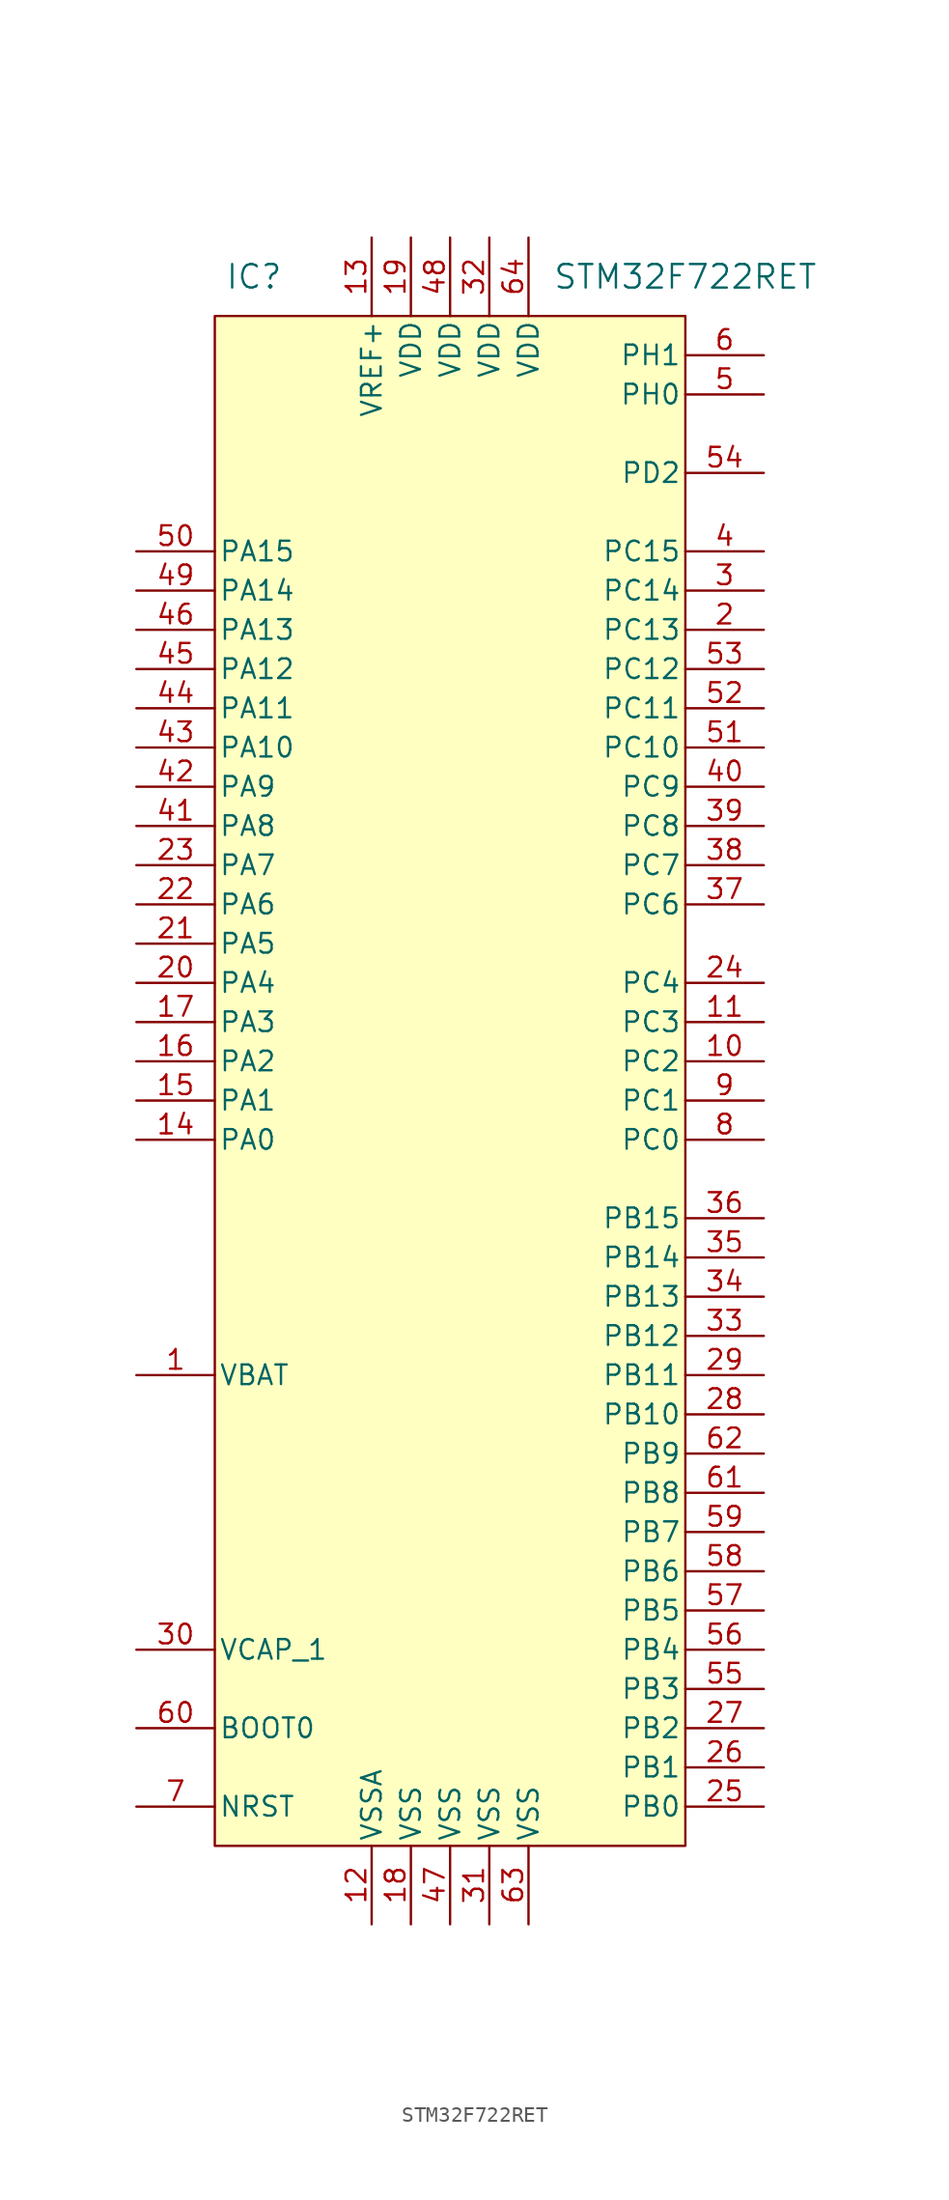
<source format=kicad_sym>
(kicad_symbol_lib
  (version 20220914)
  (generator kicad_symbol_editor)
  (symbol "STM32F722RET"
    (pin_names
      (offset 0.254))
    (property "Reference" "IC"
      (at -12.7 53.34 0)
      (effects (font (size 1.524 1.524))))
    (property "Value" "STM32F722RET"
      (at 15.24 53.34 0)
      (effects (font (size 1.524 1.524))))
    (property "Datasheet" ""
      (at 0 0 0)
      (effects (font (size 1.524 1.524))))
    (symbol "STM32F722RET_1_0"
      (pin power_in line (at -20.32 -17.78 0) (length 5.08) (name "VBAT" (effects (font (size 1.27 1.27)))) (number "1" (effects (font (size 1.27 1.27)))))
      (pin bidirectional line (at 20.32 2.54 180) (length 5.08) (name "PC2" (effects (font (size 1.27 1.27)))) (number "10" (effects (font (size 1.27 1.27)))))
      (pin bidirectional line (at 20.32 5.08 180) (length 5.08) (name "PC3" (effects (font (size 1.27 1.27)))) (number "11" (effects (font (size 1.27 1.27)))))
      (pin power_in line (at -5.08 -53.34 90) (length 5.08) (name "VSSA" (effects (font (size 1.27 1.27)))) (number "12" (effects (font (size 1.27 1.27)))))
      (pin power_in line (at -5.08 55.88 270) (length 5.08) (name "VREF+" (effects (font (size 1.27 1.27)))) (number "13" (effects (font (size 1.27 1.27)))))
      (pin bidirectional line (at -20.32 0 0) (length 5.08) (name "PA1" (effects (font (size 1.27 1.27)))) (number "15" (effects (font (size 1.27 1.27)))))
      (pin bidirectional line (at -20.32 2.54 0) (length 5.08) (name "PA2" (effects (font (size 1.27 1.27)))) (number "16" (effects (font (size 1.27 1.27)))))
      (pin bidirectional line (at -20.32 5.08 0) (length 5.08) (name "PA3" (effects (font (size 1.27 1.27)))) (number "17" (effects (font (size 1.27 1.27)))))
      (pin power_in line (at -2.54 -53.34 90) (length 5.08) (name "VSS" (effects (font (size 1.27 1.27)))) (number "18" (effects (font (size 1.27 1.27)))))
      (pin power_in line (at -2.54 55.88 270) (length 5.08) (name "VDD" (effects (font (size 1.27 1.27)))) (number "19" (effects (font (size 1.27 1.27)))))
      (pin bidirectional line (at 20.32 30.48 180) (length 5.08) (name "PC13" (effects (font (size 1.27 1.27)))) (number "2" (effects (font (size 1.27 1.27)))))
      (pin bidirectional line (at -20.32 7.62 0) (length 5.08) (name "PA4" (effects (font (size 1.27 1.27)))) (number "20" (effects (font (size 1.27 1.27)))))
      (pin bidirectional line (at -20.32 10.16 0) (length 5.08) (name "PA5" (effects (font (size 1.27 1.27)))) (number "21" (effects (font (size 1.27 1.27)))))
      (pin bidirectional line (at -20.32 12.7 0) (length 5.08) (name "PA6" (effects (font (size 1.27 1.27)))) (number "22" (effects (font (size 1.27 1.27)))))
      (pin bidirectional line (at -20.32 15.24 0) (length 5.08) (name "PA7" (effects (font (size 1.27 1.27)))) (number "23" (effects (font (size 1.27 1.27)))))
      (pin bidirectional line (at 20.32 7.62 180) (length 5.08) (name "PC4" (effects (font (size 1.27 1.27)))) (number "24" (effects (font (size 1.27 1.27)))))
      (pin bidirectional line (at 20.32 -45.72 180) (length 5.08) (name "PB0" (effects (font (size 1.27 1.27)))) (number "25" (effects (font (size 1.27 1.27)))))
      (pin bidirectional line (at 20.32 -43.18 180) (length 5.08) (name "PB1" (effects (font (size 1.27 1.27)))) (number "26" (effects (font (size 1.27 1.27)))))
      (pin bidirectional line (at 20.32 -40.64 180) (length 5.08) (name "PB2" (effects (font (size 1.27 1.27)))) (number "27" (effects (font (size 1.27 1.27)))))
      (pin bidirectional line (at 20.32 -20.32 180) (length 5.08) (name "PB10" (effects (font (size 1.27 1.27)))) (number "28" (effects (font (size 1.27 1.27)))))
      (pin bidirectional line (at 20.32 -17.78 180) (length 5.08) (name "PB11" (effects (font (size 1.27 1.27)))) (number "29" (effects (font (size 1.27 1.27)))))
      (pin bidirectional line (at 20.32 33.02 180) (length 5.08) (name "PC14" (effects (font (size 1.27 1.27)))) (number "3" (effects (font (size 1.27 1.27)))))
      (pin power_in line (at -20.32 -35.56 0) (length 5.08) (name "VCAP_1" (effects (font (size 1.27 1.27)))) (number "30" (effects (font (size 1.27 1.27)))))
      (pin power_in line (at 2.54 -53.34 90) (length 5.08) (name "VSS" (effects (font (size 1.27 1.27)))) (number "31" (effects (font (size 1.27 1.27)))))
      (pin power_in line (at 2.54 55.88 270) (length 5.08) (name "VDD" (effects (font (size 1.27 1.27)))) (number "32" (effects (font (size 1.27 1.27)))))
      (pin bidirectional line (at 20.32 -15.24 180) (length 5.08) (name "PB12" (effects (font (size 1.27 1.27)))) (number "33" (effects (font (size 1.27 1.27)))))
      (pin bidirectional line (at 20.32 -12.7 180) (length 5.08) (name "PB13" (effects (font (size 1.27 1.27)))) (number "34" (effects (font (size 1.27 1.27)))))
      (pin bidirectional line (at 20.32 -10.16 180) (length 5.08) (name "PB14" (effects (font (size 1.27 1.27)))) (number "35" (effects (font (size 1.27 1.27)))))
      (pin bidirectional line (at 20.32 -7.62 180) (length 5.08) (name "PB15" (effects (font (size 1.27 1.27)))) (number "36" (effects (font (size 1.27 1.27)))))
      (pin bidirectional line (at 20.32 12.7 180) (length 5.08) (name "PC6" (effects (font (size 1.27 1.27)))) (number "37" (effects (font (size 1.27 1.27)))))
      (pin bidirectional line (at 20.32 15.24 180) (length 5.08) (name "PC7" (effects (font (size 1.27 1.27)))) (number "38" (effects (font (size 1.27 1.27)))))
      (pin bidirectional line (at 20.32 17.78 180) (length 5.08) (name "PC8" (effects (font (size 1.27 1.27)))) (number "39" (effects (font (size 1.27 1.27)))))
      (pin bidirectional line (at 20.32 35.56 180) (length 5.08) (name "PC15" (effects (font (size 1.27 1.27)))) (number "4" (effects (font (size 1.27 1.27)))))
      (pin bidirectional line (at 20.32 20.32 180) (length 5.08) (name "PC9" (effects (font (size 1.27 1.27)))) (number "40" (effects (font (size 1.27 1.27)))))
      (pin bidirectional line (at -20.32 17.78 0) (length 5.08) (name "PA8" (effects (font (size 1.27 1.27)))) (number "41" (effects (font (size 1.27 1.27)))))
      (pin bidirectional line (at -20.32 20.32 0) (length 5.08) (name "PA9" (effects (font (size 1.27 1.27)))) (number "42" (effects (font (size 1.27 1.27)))))
      (pin bidirectional line (at -20.32 22.86 0) (length 5.08) (name "PA10" (effects (font (size 1.27 1.27)))) (number "43" (effects (font (size 1.27 1.27)))))
      (pin bidirectional line (at -20.32 25.4 0) (length 5.08) (name "PA11" (effects (font (size 1.27 1.27)))) (number "44" (effects (font (size 1.27 1.27)))))
      (pin bidirectional line (at -20.32 27.94 0) (length 5.08) (name "PA12" (effects (font (size 1.27 1.27)))) (number "45" (effects (font (size 1.27 1.27)))))
      (pin bidirectional line (at -20.32 30.48 0) (length 5.08) (name "PA13" (effects (font (size 1.27 1.27)))) (number "46" (effects (font (size 1.27 1.27)))))
      (pin power_in line (at 0 -53.34 90) (length 5.08) (name "VSS" (effects (font (size 1.27 1.27)))) (number "47" (effects (font (size 1.27 1.27)))))
      (pin power_in line (at 0 55.88 270) (length 5.08) (name "VDD" (effects (font (size 1.27 1.27)))) (number "48" (effects (font (size 1.27 1.27)))))
      (pin bidirectional line (at -20.32 33.02 0) (length 5.08) (name "PA14" (effects (font (size 1.27 1.27)))) (number "49" (effects (font (size 1.27 1.27)))))
      (pin bidirectional line (at 20.32 45.72 180) (length 5.08) (name "PH0" (effects (font (size 1.27 1.27)))) (number "5" (effects (font (size 1.27 1.27)))))
      (pin bidirectional line (at -20.32 35.56 0) (length 5.08) (name "PA15" (effects (font (size 1.27 1.27)))) (number "50" (effects (font (size 1.27 1.27)))))
      (pin bidirectional line (at 20.32 22.86 180) (length 5.08) (name "PC10" (effects (font (size 1.27 1.27)))) (number "51" (effects (font (size 1.27 1.27)))))
      (pin bidirectional line (at 20.32 25.4 180) (length 5.08) (name "PC11" (effects (font (size 1.27 1.27)))) (number "52" (effects (font (size 1.27 1.27)))))
      (pin bidirectional line (at 20.32 27.94 180) (length 5.08) (name "PC12" (effects (font (size 1.27 1.27)))) (number "53" (effects (font (size 1.27 1.27)))))
      (pin bidirectional line (at 20.32 40.64 180) (length 5.08) (name "PD2" (effects (font (size 1.27 1.27)))) (number "54" (effects (font (size 1.27 1.27)))))
      (pin bidirectional line (at 20.32 -38.1 180) (length 5.08) (name "PB3" (effects (font (size 1.27 1.27)))) (number "55" (effects (font (size 1.27 1.27)))))
      (pin bidirectional line (at 20.32 -35.56 180) (length 5.08) (name "PB4" (effects (font (size 1.27 1.27)))) (number "56" (effects (font (size 1.27 1.27)))))
      (pin bidirectional line (at 20.32 -33.02 180) (length 5.08) (name "PB5" (effects (font (size 1.27 1.27)))) (number "57" (effects (font (size 1.27 1.27)))))
      (pin bidirectional line (at 20.32 -30.48 180) (length 5.08) (name "PB6" (effects (font (size 1.27 1.27)))) (number "58" (effects (font (size 1.27 1.27)))))
      (pin bidirectional line (at 20.32 -27.94 180) (length 5.08) (name "PB7" (effects (font (size 1.27 1.27)))) (number "59" (effects (font (size 1.27 1.27)))))
      (pin bidirectional line (at 20.32 48.26 180) (length 5.08) (name "PH1" (effects (font (size 1.27 1.27)))) (number "6" (effects (font (size 1.27 1.27)))))
      (pin input line (at -20.32 -40.64 0) (length 5.08) (name "BOOT0" (effects (font (size 1.27 1.27)))) (number "60" (effects (font (size 1.27 1.27)))))
      (pin bidirectional line (at 20.32 -25.4 180) (length 5.08) (name "PB8" (effects (font (size 1.27 1.27)))) (number "61" (effects (font (size 1.27 1.27)))))
      (pin bidirectional line (at 20.32 -22.86 180) (length 5.08) (name "PB9" (effects (font (size 1.27 1.27)))) (number "62" (effects (font (size 1.27 1.27)))))
      (pin power_in line (at 5.08 -53.34 90) (length 5.08) (name "VSS" (effects (font (size 1.27 1.27)))) (number "63" (effects (font (size 1.27 1.27)))))
      (pin power_in line (at 5.08 55.88 270) (length 5.08) (name "VDD" (effects (font (size 1.27 1.27)))) (number "64" (effects (font (size 1.27 1.27)))))
      (pin bidirectional line (at -20.32 -45.72 0) (length 5.08) (name "NRST" (effects (font (size 1.27 1.27)))) (number "7" (effects (font (size 1.27 1.27)))))
      (pin bidirectional line (at 20.32 -2.54 180) (length 5.08) (name "PC0" (effects (font (size 1.27 1.27)))) (number "8" (effects (font (size 1.27 1.27)))))
      (pin bidirectional line (at 20.32 0 180) (length 5.08) (name "PC1" (effects (font (size 1.27 1.27)))) (number "9" (effects (font (size 1.27 1.27))))))
    (symbol "STM32F722RET_1_1"
      (rectangle (start 15.24 50.8) (end -15.24 -48.26) (stroke (width 0.152) (type default)) (fill (type background)))
      (pin bidirectional line (at -20.32 -2.54 0) (length 5.08) (name "PA0" (effects (font (size 1.27 1.27)))) (number "14" (effects (font (size 1.27 1.27))))))))
</source>
